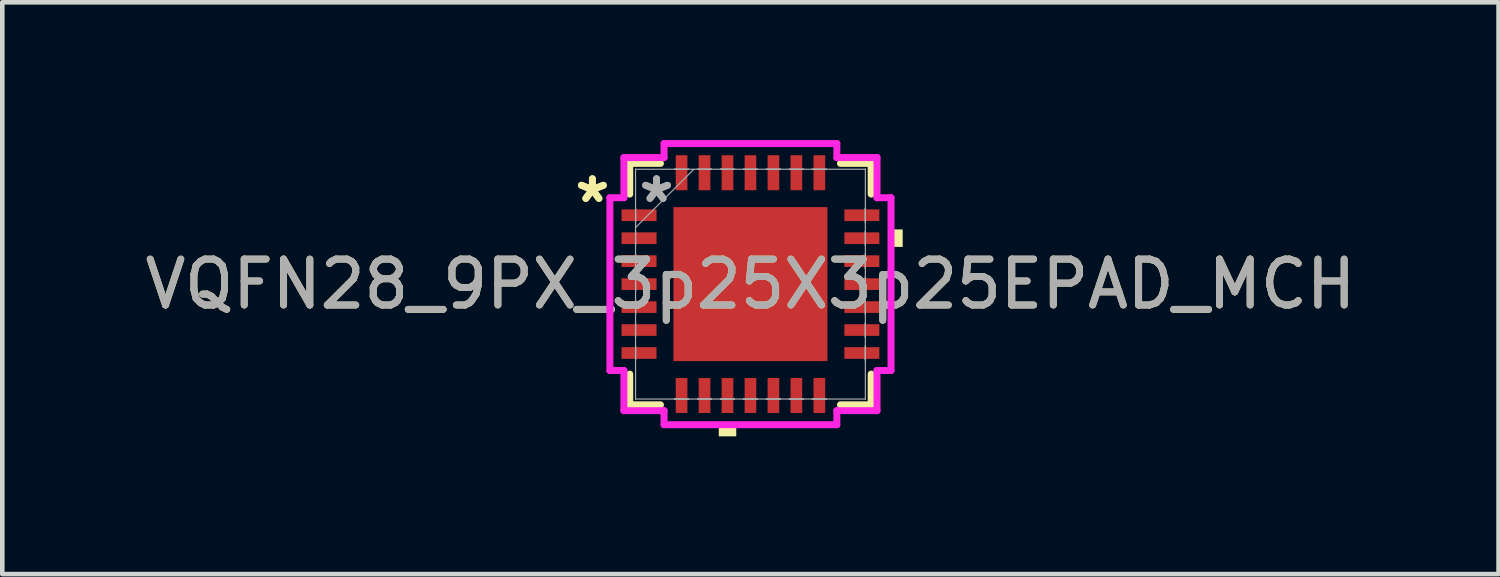
<source format=kicad_pcb>
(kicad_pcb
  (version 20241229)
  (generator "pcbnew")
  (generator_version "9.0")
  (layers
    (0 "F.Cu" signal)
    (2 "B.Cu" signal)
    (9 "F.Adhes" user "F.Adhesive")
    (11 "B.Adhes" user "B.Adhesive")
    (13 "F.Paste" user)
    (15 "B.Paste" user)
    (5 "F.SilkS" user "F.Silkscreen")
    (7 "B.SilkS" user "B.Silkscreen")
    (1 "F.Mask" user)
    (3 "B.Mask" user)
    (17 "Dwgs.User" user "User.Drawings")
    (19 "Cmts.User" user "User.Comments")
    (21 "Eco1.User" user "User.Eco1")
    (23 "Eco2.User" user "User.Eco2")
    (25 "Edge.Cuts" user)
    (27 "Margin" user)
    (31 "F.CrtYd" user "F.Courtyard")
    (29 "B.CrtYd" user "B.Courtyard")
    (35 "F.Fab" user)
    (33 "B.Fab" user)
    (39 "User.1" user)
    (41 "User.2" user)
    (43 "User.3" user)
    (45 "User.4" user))
  (footprint "VQFN28_9PX_3p25X3p25EPAD_MCH"
    (layer "F.Cu")
    (at 13.292 3.137)
    (property "Reference" "VQFN28_9PX_3p25X3p25EPAD_MCH" (at 0 0 0) (unlocked yes) (layer "F.SilkS") (effects (font (size 1 1) (thickness 0.15))))
    (attr smd)
    (fp_line (start -2.629 -2.629) (end -2.629 -1.96) (stroke (width 0.152) (type solid)) (layer "F.SilkS"))
    (fp_line (start -2.629 1.96) (end -2.629 2.629) (stroke (width 0.152) (type solid)) (layer "F.SilkS"))
    (fp_line (start -2.629 2.629) (end -1.96 2.629) (stroke (width 0.152) (type solid)) (layer "F.SilkS"))
    (fp_line (start -1.96 -2.629) (end -2.629 -2.629) (stroke (width 0.152) (type solid)) (layer "F.SilkS"))
    (fp_line (start 1.96 2.629) (end 2.629 2.629) (stroke (width 0.152) (type solid)) (layer "F.SilkS"))
    (fp_line (start 2.629 -2.629) (end 1.96 -2.629) (stroke (width 0.152) (type solid)) (layer "F.SilkS"))
    (fp_line (start 2.629 -1.96) (end 2.629 -2.629) (stroke (width 0.152) (type solid)) (layer "F.SilkS"))
    (fp_line (start 2.629 2.629) (end 2.629 1.96) (stroke (width 0.152) (type solid)) (layer "F.SilkS"))
    (fp_poly (pts (xy -0.69 3.061) (xy -0.69 3.315) (xy -0.309 3.315) (xy -0.309 3.061)) (stroke (width 0) (type solid)) (fill yes) (layer "F.SilkS"))
    (fp_poly (pts (xy 3.315 -1.191) (xy 3.315 -0.81) (xy 3.061 -0.81) (xy 3.061 -1.191)) (stroke (width 0) (type solid)) (fill yes) (layer "F.SilkS"))
    (fp_poly (pts (xy -1.576 -1.576) (xy -1.576 -0.1) (xy -0.1 -0.1) (xy -0.1 -1.576)) (stroke (width 0) (type solid)) (fill yes) (layer "F.Paste"))
    (fp_poly (pts (xy -1.576 0.1) (xy -1.576 1.576) (xy -0.1 1.576) (xy -0.1 0.1)) (stroke (width 0) (type solid)) (fill yes) (layer "F.Paste"))
    (fp_poly (pts (xy 0.1 -1.576) (xy 0.1 -0.1) (xy 1.576 -0.1) (xy 1.576 -1.576)) (stroke (width 0) (type solid)) (fill yes) (layer "F.Paste"))
    (fp_poly (pts (xy 0.1 0.1) (xy 0.1 1.576) (xy 1.576 1.576) (xy 1.576 0.1)) (stroke (width 0) (type solid)) (fill yes) (layer "F.Paste"))
    (fp_line (start -3.061 -1.881) (end -2.756 -1.881) (stroke (width 0.152) (type solid)) (layer "F.CrtYd"))
    (fp_line (start -3.061 1.881) (end -3.061 -1.881) (stroke (width 0.152) (type solid)) (layer "F.CrtYd"))
    (fp_line (start -2.756 -2.756) (end -1.881 -2.756) (stroke (width 0.152) (type solid)) (layer "F.CrtYd"))
    (fp_line (start -2.756 -1.881) (end -2.756 -2.756) (stroke (width 0.152) (type solid)) (layer "F.CrtYd"))
    (fp_line (start -2.756 1.881) (end -3.061 1.881) (stroke (width 0.152) (type solid)) (layer "F.CrtYd"))
    (fp_line (start -2.756 2.756) (end -2.756 1.881) (stroke (width 0.152) (type solid)) (layer "F.CrtYd"))
    (fp_line (start -1.881 -3.061) (end 1.881 -3.061) (stroke (width 0.152) (type solid)) (layer "F.CrtYd"))
    (fp_line (start -1.881 -2.756) (end -1.881 -3.061) (stroke (width 0.152) (type solid)) (layer "F.CrtYd"))
    (fp_line (start -1.881 2.756) (end -2.756 2.756) (stroke (width 0.152) (type solid)) (layer "F.CrtYd"))
    (fp_line (start -1.881 3.061) (end -1.881 2.756) (stroke (width 0.152) (type solid)) (layer "F.CrtYd"))
    (fp_line (start 1.881 -3.061) (end 1.881 -2.756) (stroke (width 0.152) (type solid)) (layer "F.CrtYd"))
    (fp_line (start 1.881 -2.756) (end 2.756 -2.756) (stroke (width 0.152) (type solid)) (layer "F.CrtYd"))
    (fp_line (start 1.881 2.756) (end 1.881 3.061) (stroke (width 0.152) (type solid)) (layer "F.CrtYd"))
    (fp_line (start 1.881 3.061) (end -1.881 3.061) (stroke (width 0.152) (type solid)) (layer "F.CrtYd"))
    (fp_line (start 2.756 -2.756) (end 2.756 -1.881) (stroke (width 0.152) (type solid)) (layer "F.CrtYd"))
    (fp_line (start 2.756 -1.881) (end 3.061 -1.881) (stroke (width 0.152) (type solid)) (layer "F.CrtYd"))
    (fp_line (start 2.756 1.881) (end 2.756 2.756) (stroke (width 0.152) (type solid)) (layer "F.CrtYd"))
    (fp_line (start 2.756 2.756) (end 1.881 2.756) (stroke (width 0.152) (type solid)) (layer "F.CrtYd"))
    (fp_line (start 3.061 -1.881) (end 3.061 1.881) (stroke (width 0.152) (type solid)) (layer "F.CrtYd"))
    (fp_line (start 3.061 1.881) (end 2.756 1.881) (stroke (width 0.152) (type solid)) (layer "F.CrtYd"))
    (fp_line (start -2.502 -2.502) (end -2.502 -2.502) (stroke (width 0.025) (type solid)) (layer "F.Fab"))
    (fp_line (start -2.502 -2.502) (end -2.502 2.502) (stroke (width 0.025) (type solid)) (layer "F.Fab"))
    (fp_line (start -2.502 -1.652) (end -2.502 -1.652) (stroke (width 0.025) (type solid)) (layer "F.Fab"))
    (fp_line (start -2.502 -1.652) (end -2.502 -1.348) (stroke (width 0.025) (type solid)) (layer "F.Fab"))
    (fp_line (start -2.502 -1.348) (end -2.502 -1.652) (stroke (width 0.025) (type solid)) (layer "F.Fab"))
    (fp_line (start -2.502 -1.348) (end -2.502 -1.348) (stroke (width 0.025) (type solid)) (layer "F.Fab"))
    (fp_line (start -2.502 -1.232) (end -1.232 -2.502) (stroke (width 0.025) (type solid)) (layer "F.Fab"))
    (fp_line (start -2.502 -1.152) (end -2.502 -1.152) (stroke (width 0.025) (type solid)) (layer "F.Fab"))
    (fp_line (start -2.502 -1.152) (end -2.502 -0.848) (stroke (width 0.025) (type solid)) (layer "F.Fab"))
    (fp_line (start -2.502 -0.848) (end -2.502 -1.152) (stroke (width 0.025) (type solid)) (layer "F.Fab"))
    (fp_line (start -2.502 -0.848) (end -2.502 -0.848) (stroke (width 0.025) (type solid)) (layer "F.Fab"))
    (fp_line (start -2.502 -0.652) (end -2.502 -0.652) (stroke (width 0.025) (type solid)) (layer "F.Fab"))
    (fp_line (start -2.502 -0.652) (end -2.502 -0.348) (stroke (width 0.025) (type solid)) (layer "F.Fab"))
    (fp_line (start -2.502 -0.348) (end -2.502 -0.652) (stroke (width 0.025) (type solid)) (layer "F.Fab"))
    (fp_line (start -2.502 -0.348) (end -2.502 -0.348) (stroke (width 0.025) (type solid)) (layer "F.Fab"))
    (fp_line (start -2.502 -0.152) (end -2.502 -0.152) (stroke (width 0.025) (type solid)) (layer "F.Fab"))
    (fp_line (start -2.502 -0.152) (end -2.502 0.152) (stroke (width 0.025) (type solid)) (layer "F.Fab"))
    (fp_line (start -2.502 0.152) (end -2.502 -0.152) (stroke (width 0.025) (type solid)) (layer "F.Fab"))
    (fp_line (start -2.502 0.152) (end -2.502 0.152) (stroke (width 0.025) (type solid)) (layer "F.Fab"))
    (fp_line (start -2.502 0.348) (end -2.502 0.348) (stroke (width 0.025) (type solid)) (layer "F.Fab"))
    (fp_line (start -2.502 0.348) (end -2.502 0.652) (stroke (width 0.025) (type solid)) (layer "F.Fab"))
    (fp_line (start -2.502 0.652) (end -2.502 0.348) (stroke (width 0.025) (type solid)) (layer "F.Fab"))
    (fp_line (start -2.502 0.652) (end -2.502 0.652) (stroke (width 0.025) (type solid)) (layer "F.Fab"))
    (fp_line (start -2.502 0.848) (end -2.502 0.848) (stroke (width 0.025) (type solid)) (layer "F.Fab"))
    (fp_line (start -2.502 0.848) (end -2.502 1.152) (stroke (width 0.025) (type solid)) (layer "F.Fab"))
    (fp_line (start -2.502 1.152) (end -2.502 0.848) (stroke (width 0.025) (type solid)) (layer "F.Fab"))
    (fp_line (start -2.502 1.152) (end -2.502 1.152) (stroke (width 0.025) (type solid)) (layer "F.Fab"))
    (fp_line (start -2.502 1.348) (end -2.502 1.348) (stroke (width 0.025) (type solid)) (layer "F.Fab"))
    (fp_line (start -2.502 1.348) (end -2.502 1.652) (stroke (width 0.025) (type solid)) (layer "F.Fab"))
    (fp_line (start -2.502 1.652) (end -2.502 1.348) (stroke (width 0.025) (type solid)) (layer "F.Fab"))
    (fp_line (start -2.502 1.652) (end -2.502 1.652) (stroke (width 0.025) (type solid)) (layer "F.Fab"))
    (fp_line (start -2.502 2.502) (end -2.502 2.502) (stroke (width 0.025) (type solid)) (layer "F.Fab"))
    (fp_line (start -2.502 2.502) (end 2.502 2.502) (stroke (width 0.025) (type solid)) (layer "F.Fab"))
    (fp_line (start -1.652 -2.502) (end -1.652 -2.502) (stroke (width 0.025) (type solid)) (layer "F.Fab"))
    (fp_line (start -1.652 -2.502) (end -1.348 -2.502) (stroke (width 0.025) (type solid)) (layer "F.Fab"))
    (fp_line (start -1.652 2.502) (end -1.652 2.502) (stroke (width 0.025) (type solid)) (layer "F.Fab"))
    (fp_line (start -1.652 2.502) (end -1.348 2.502) (stroke (width 0.025) (type solid)) (layer "F.Fab"))
    (fp_line (start -1.348 -2.502) (end -1.652 -2.502) (stroke (width 0.025) (type solid)) (layer "F.Fab"))
    (fp_line (start -1.348 -2.502) (end -1.348 -2.502) (stroke (width 0.025) (type solid)) (layer "F.Fab"))
    (fp_line (start -1.348 2.502) (end -1.652 2.502) (stroke (width 0.025) (type solid)) (layer "F.Fab"))
    (fp_line (start -1.348 2.502) (end -1.348 2.502) (stroke (width 0.025) (type solid)) (layer "F.Fab"))
    (fp_line (start -1.152 -2.502) (end -1.152 -2.502) (stroke (width 0.025) (type solid)) (layer "F.Fab"))
    (fp_line (start -1.152 -2.502) (end -0.848 -2.502) (stroke (width 0.025) (type solid)) (layer "F.Fab"))
    (fp_line (start -1.152 2.502) (end -1.152 2.502) (stroke (width 0.025) (type solid)) (layer "F.Fab"))
    (fp_line (start -1.152 2.502) (end -0.848 2.502) (stroke (width 0.025) (type solid)) (layer "F.Fab"))
    (fp_line (start -0.848 -2.502) (end -1.152 -2.502) (stroke (width 0.025) (type solid)) (layer "F.Fab"))
    (fp_line (start -0.848 -2.502) (end -0.848 -2.502) (stroke (width 0.025) (type solid)) (layer "F.Fab"))
    (fp_line (start -0.848 2.502) (end -1.152 2.502) (stroke (width 0.025) (type solid)) (layer "F.Fab"))
    (fp_line (start -0.848 2.502) (end -0.848 2.502) (stroke (width 0.025) (type solid)) (layer "F.Fab"))
    (fp_line (start -0.652 -2.502) (end -0.652 -2.502) (stroke (width 0.025) (type solid)) (layer "F.Fab"))
    (fp_line (start -0.652 -2.502) (end -0.348 -2.502) (stroke (width 0.025) (type solid)) (layer "F.Fab"))
    (fp_line (start -0.652 2.502) (end -0.652 2.502) (stroke (width 0.025) (type solid)) (layer "F.Fab"))
    (fp_line (start -0.652 2.502) (end -0.348 2.502) (stroke (width 0.025) (type solid)) (layer "F.Fab"))
    (fp_line (start -0.348 -2.502) (end -0.652 -2.502) (stroke (width 0.025) (type solid)) (layer "F.Fab"))
    (fp_line (start -0.348 -2.502) (end -0.348 -2.502) (stroke (width 0.025) (type solid)) (layer "F.Fab"))
    (fp_line (start -0.348 2.502) (end -0.652 2.502) (stroke (width 0.025) (type solid)) (layer "F.Fab"))
    (fp_line (start -0.348 2.502) (end -0.348 2.502) (stroke (width 0.025) (type solid)) (layer "F.Fab"))
    (fp_line (start -0.152 -2.502) (end -0.152 -2.502) (stroke (width 0.025) (type solid)) (layer "F.Fab"))
    (fp_line (start -0.152 -2.502) (end 0.152 -2.502) (stroke (width 0.025) (type solid)) (layer "F.Fab"))
    (fp_line (start -0.152 2.502) (end -0.152 2.502) (stroke (width 0.025) (type solid)) (layer "F.Fab"))
    (fp_line (start -0.152 2.502) (end 0.152 2.502) (stroke (width 0.025) (type solid)) (layer "F.Fab"))
    (fp_line (start 0.152 -2.502) (end -0.152 -2.502) (stroke (width 0.025) (type solid)) (layer "F.Fab"))
    (fp_line (start 0.152 -2.502) (end 0.152 -2.502) (stroke (width 0.025) (type solid)) (layer "F.Fab"))
    (fp_line (start 0.152 2.502) (end -0.152 2.502) (stroke (width 0.025) (type solid)) (layer "F.Fab"))
    (fp_line (start 0.152 2.502) (end 0.152 2.502) (stroke (width 0.025) (type solid)) (layer "F.Fab"))
    (fp_line (start 0.348 -2.502) (end 0.348 -2.502) (stroke (width 0.025) (type solid)) (layer "F.Fab"))
    (fp_line (start 0.348 -2.502) (end 0.652 -2.502) (stroke (width 0.025) (type solid)) (layer "F.Fab"))
    (fp_line (start 0.348 2.502) (end 0.348 2.502) (stroke (width 0.025) (type solid)) (layer "F.Fab"))
    (fp_line (start 0.348 2.502) (end 0.652 2.502) (stroke (width 0.025) (type solid)) (layer "F.Fab"))
    (fp_line (start 0.652 -2.502) (end 0.348 -2.502) (stroke (width 0.025) (type solid)) (layer "F.Fab"))
    (fp_line (start 0.652 -2.502) (end 0.652 -2.502) (stroke (width 0.025) (type solid)) (layer "F.Fab"))
    (fp_line (start 0.652 2.502) (end 0.348 2.502) (stroke (width 0.025) (type solid)) (layer "F.Fab"))
    (fp_line (start 0.652 2.502) (end 0.652 2.502) (stroke (width 0.025) (type solid)) (layer "F.Fab"))
    (fp_line (start 0.848 -2.502) (end 0.848 -2.502) (stroke (width 0.025) (type solid)) (layer "F.Fab"))
    (fp_line (start 0.848 -2.502) (end 1.152 -2.502) (stroke (width 0.025) (type solid)) (layer "F.Fab"))
    (fp_line (start 0.848 2.502) (end 0.848 2.502) (stroke (width 0.025) (type solid)) (layer "F.Fab"))
    (fp_line (start 0.848 2.502) (end 1.152 2.502) (stroke (width 0.025) (type solid)) (layer "F.Fab"))
    (fp_line (start 1.152 -2.502) (end 0.848 -2.502) (stroke (width 0.025) (type solid)) (layer "F.Fab"))
    (fp_line (start 1.152 -2.502) (end 1.152 -2.502) (stroke (width 0.025) (type solid)) (layer "F.Fab"))
    (fp_line (start 1.152 2.502) (end 0.848 2.502) (stroke (width 0.025) (type solid)) (layer "F.Fab"))
    (fp_line (start 1.152 2.502) (end 1.152 2.502) (stroke (width 0.025) (type solid)) (layer "F.Fab"))
    (fp_line (start 1.348 -2.502) (end 1.348 -2.502) (stroke (width 0.025) (type solid)) (layer "F.Fab"))
    (fp_line (start 1.348 -2.502) (end 1.652 -2.502) (stroke (width 0.025) (type solid)) (layer "F.Fab"))
    (fp_line (start 1.348 2.502) (end 1.348 2.502) (stroke (width 0.025) (type solid)) (layer "F.Fab"))
    (fp_line (start 1.348 2.502) (end 1.652 2.502) (stroke (width 0.025) (type solid)) (layer "F.Fab"))
    (fp_line (start 1.652 -2.502) (end 1.348 -2.502) (stroke (width 0.025) (type solid)) (layer "F.Fab"))
    (fp_line (start 1.652 -2.502) (end 1.652 -2.502) (stroke (width 0.025) (type solid)) (layer "F.Fab"))
    (fp_line (start 1.652 2.502) (end 1.348 2.502) (stroke (width 0.025) (type solid)) (layer "F.Fab"))
    (fp_line (start 1.652 2.502) (end 1.652 2.502) (stroke (width 0.025) (type solid)) (layer "F.Fab"))
    (fp_line (start 2.502 -2.502) (end -2.502 -2.502) (stroke (width 0.025) (type solid)) (layer "F.Fab"))
    (fp_line (start 2.502 -2.502) (end 2.502 -2.502) (stroke (width 0.025) (type solid)) (layer "F.Fab"))
    (fp_line (start 2.502 -1.652) (end 2.502 -1.652) (stroke (width 0.025) (type solid)) (layer "F.Fab"))
    (fp_line (start 2.502 -1.652) (end 2.502 -1.348) (stroke (width 0.025) (type solid)) (layer "F.Fab"))
    (fp_line (start 2.502 -1.348) (end 2.502 -1.652) (stroke (width 0.025) (type solid)) (layer "F.Fab"))
    (fp_line (start 2.502 -1.348) (end 2.502 -1.348) (stroke (width 0.025) (type solid)) (layer "F.Fab"))
    (fp_line (start 2.502 -1.152) (end 2.502 -1.152) (stroke (width 0.025) (type solid)) (layer "F.Fab"))
    (fp_line (start 2.502 -1.152) (end 2.502 -0.848) (stroke (width 0.025) (type solid)) (layer "F.Fab"))
    (fp_line (start 2.502 -0.848) (end 2.502 -1.152) (stroke (width 0.025) (type solid)) (layer "F.Fab"))
    (fp_line (start 2.502 -0.848) (end 2.502 -0.848) (stroke (width 0.025) (type solid)) (layer "F.Fab"))
    (fp_line (start 2.502 -0.652) (end 2.502 -0.652) (stroke (width 0.025) (type solid)) (layer "F.Fab"))
    (fp_line (start 2.502 -0.652) (end 2.502 -0.348) (stroke (width 0.025) (type solid)) (layer "F.Fab"))
    (fp_line (start 2.502 -0.348) (end 2.502 -0.652) (stroke (width 0.025) (type solid)) (layer "F.Fab"))
    (fp_line (start 2.502 -0.348) (end 2.502 -0.348) (stroke (width 0.025) (type solid)) (layer "F.Fab"))
    (fp_line (start 2.502 -0.152) (end 2.502 -0.152) (stroke (width 0.025) (type solid)) (layer "F.Fab"))
    (fp_line (start 2.502 -0.152) (end 2.502 0.152) (stroke (width 0.025) (type solid)) (layer "F.Fab"))
    (fp_line (start 2.502 0.152) (end 2.502 -0.152) (stroke (width 0.025) (type solid)) (layer "F.Fab"))
    (fp_line (start 2.502 0.152) (end 2.502 0.152) (stroke (width 0.025) (type solid)) (layer "F.Fab"))
    (fp_line (start 2.502 0.348) (end 2.502 0.348) (stroke (width 0.025) (type solid)) (layer "F.Fab"))
    (fp_line (start 2.502 0.348) (end 2.502 0.652) (stroke (width 0.025) (type solid)) (layer "F.Fab"))
    (fp_line (start 2.502 0.652) (end 2.502 0.348) (stroke (width 0.025) (type solid)) (layer "F.Fab"))
    (fp_line (start 2.502 0.652) (end 2.502 0.652) (stroke (width 0.025) (type solid)) (layer "F.Fab"))
    (fp_line (start 2.502 0.848) (end 2.502 0.848) (stroke (width 0.025) (type solid)) (layer "F.Fab"))
    (fp_line (start 2.502 0.848) (end 2.502 1.152) (stroke (width 0.025) (type solid)) (layer "F.Fab"))
    (fp_line (start 2.502 1.152) (end 2.502 0.848) (stroke (width 0.025) (type solid)) (layer "F.Fab"))
    (fp_line (start 2.502 1.152) (end 2.502 1.152) (stroke (width 0.025) (type solid)) (layer "F.Fab"))
    (fp_line (start 2.502 1.348) (end 2.502 1.348) (stroke (width 0.025) (type solid)) (layer "F.Fab"))
    (fp_line (start 2.502 1.348) (end 2.502 1.652) (stroke (width 0.025) (type solid)) (layer "F.Fab"))
    (fp_line (start 2.502 1.652) (end 2.502 1.348) (stroke (width 0.025) (type solid)) (layer "F.Fab"))
    (fp_line (start 2.502 1.652) (end 2.502 1.652) (stroke (width 0.025) (type solid)) (layer "F.Fab"))
    (fp_line (start 2.502 2.502) (end 2.502 -2.502) (stroke (width 0.025) (type solid)) (layer "F.Fab"))
    (fp_line (start 2.502 2.502) (end 2.502 2.502) (stroke (width 0.025) (type solid)) (layer "F.Fab"))
    (fp_text user "*" (at -3.442 -1.75 0) (unlocked yes) (layer "F.SilkS") (effects (font (size 1 1) (thickness 0.15))))
    (fp_text user "*" (at -3.442 -1.75 0) (layer "F.SilkS") (effects (font (size 1 1) (thickness 0.15))))
    (fp_text user "${REFERENCE}" (at 0 0 0) (unlocked yes) (layer "F.Fab") (effects (font (size 1 1) (thickness 0.15))))
    (fp_text user "*" (at -2.045 -1.75 0) (layer "F.Fab") (effects (font (size 1 1) (thickness 0.15))))
    (fp_text user "*" (at -2.045 -1.75 0) (unlocked yes) (layer "F.Fab") (effects (font (size 1 1) (thickness 0.15))))
    (pad "1" smd rect (at -2.426 -1.5 90) (size 0.254 0.762) (layers "F.Cu" "F.Mask" "F.Paste"))
    (pad "2" smd rect (at -2.426 -1 90) (size 0.254 0.762) (layers "F.Cu" "F.Mask" "F.Paste"))
    (pad "3" smd rect (at -2.426 -0.5 90) (size 0.254 0.762) (layers "F.Cu" "F.Mask" "F.Paste"))
    (pad "4" smd rect (at -2.426 0 90) (size 0.254 0.762) (layers "F.Cu" "F.Mask" "F.Paste"))
    (pad "5" smd rect (at -2.426 0.5 90) (size 0.254 0.762) (layers "F.Cu" "F.Mask" "F.Paste"))
    (pad "6" smd rect (at -2.426 1 90) (size 0.254 0.762) (layers "F.Cu" "F.Mask" "F.Paste"))
    (pad "7" smd rect (at -2.426 1.5 90) (size 0.254 0.762) (layers "F.Cu" "F.Mask" "F.Paste"))
    (pad "8" smd rect (at -1.5 2.426) (size 0.254 0.762) (layers "F.Cu" "F.Mask" "F.Paste"))
    (pad "9" smd rect (at -1 2.426) (size 0.254 0.762) (layers "F.Cu" "F.Mask" "F.Paste"))
    (pad "10" smd rect (at -0.5 2.426) (size 0.254 0.762) (layers "F.Cu" "F.Mask" "F.Paste"))
    (pad "11" smd rect (at 0 2.426) (size 0.254 0.762) (layers "F.Cu" "F.Mask" "F.Paste"))
    (pad "12" smd rect (at 0.5 2.426) (size 0.254 0.762) (layers "F.Cu" "F.Mask" "F.Paste"))
    (pad "13" smd rect (at 1 2.426) (size 0.254 0.762) (layers "F.Cu" "F.Mask" "F.Paste"))
    (pad "14" smd rect (at 1.5 2.426) (size 0.254 0.762) (layers "F.Cu" "F.Mask" "F.Paste"))
    (pad "15" smd rect (at 2.426 1.5 90) (size 0.254 0.762) (layers "F.Cu" "F.Mask" "F.Paste"))
    (pad "16" smd rect (at 2.426 1 90) (size 0.254 0.762) (layers "F.Cu" "F.Mask" "F.Paste"))
    (pad "17" smd rect (at 2.426 0.5 90) (size 0.254 0.762) (layers "F.Cu" "F.Mask" "F.Paste"))
    (pad "18" smd rect (at 2.426 0 90) (size 0.254 0.762) (layers "F.Cu" "F.Mask" "F.Paste"))
    (pad "19" smd rect (at 2.426 -0.5 90) (size 0.254 0.762) (layers "F.Cu" "F.Mask" "F.Paste"))
    (pad "20" smd rect (at 2.426 -1 90) (size 0.254 0.762) (layers "F.Cu" "F.Mask" "F.Paste"))
    (pad "21" smd rect (at 2.426 -1.5 90) (size 0.254 0.762) (layers "F.Cu" "F.Mask" "F.Paste"))
    (pad "22" smd rect (at 1.5 -2.426) (size 0.254 0.762) (layers "F.Cu" "F.Mask" "F.Paste"))
    (pad "23" smd rect (at 1 -2.426) (size 0.254 0.762) (layers "F.Cu" "F.Mask" "F.Paste"))
    (pad "24" smd rect (at 0.5 -2.426) (size 0.254 0.762) (layers "F.Cu" "F.Mask" "F.Paste"))
    (pad "25" smd rect (at 0 -2.426) (size 0.254 0.762) (layers "F.Cu" "F.Mask" "F.Paste"))
    (pad "26" smd rect (at -0.5 -2.426) (size 0.254 0.762) (layers "F.Cu" "F.Mask" "F.Paste"))
    (pad "27" smd rect (at -1 -2.426) (size 0.254 0.762) (layers "F.Cu" "F.Mask" "F.Paste"))
    (pad "28" smd rect (at -1.5 -2.426) (size 0.254 0.762) (layers "F.Cu" "F.Mask" "F.Paste"))
    (pad "29" smd rect (at 0 0) (size 3.353 3.353) (layers "F.Cu" "F.Mask" "F.Paste")))
  (gr_rect
    (start -3 -3)
    (end 29.583 9.452)
    (stroke (width 0.1) (type default))
    (fill no)
    (layer "Edge.Cuts")))
</source>
